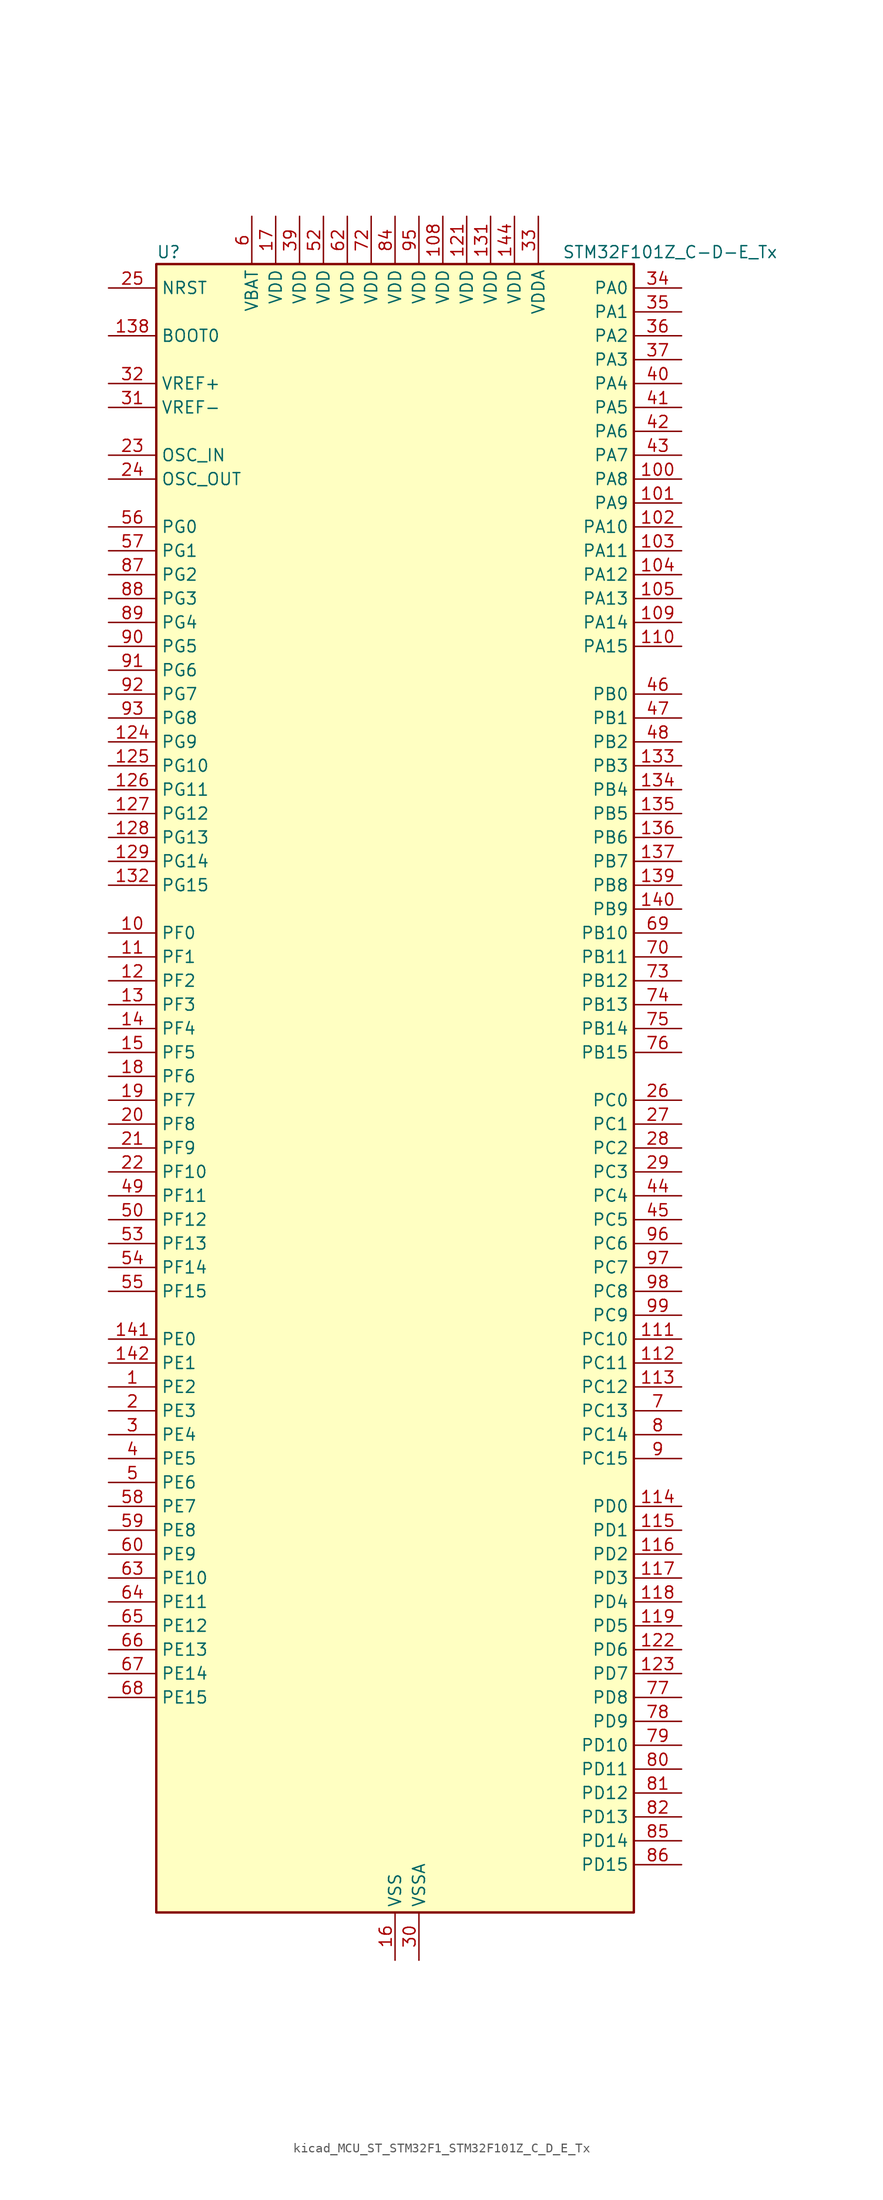
<source format=kicad_sym>
(kicad_symbol_lib
  (version 20220914)
  (generator kicad_symbol_editor)
  (symbol "kicad_MCU_ST_STM32F1_STM32F101Z_C_D_E_Tx"
    (property "Reference" "U"
      (at -25.4 90.17 0)
      (effects (font (size 1.27 1.27)) (justify left)))
    (property "Value" "STM32F101Z_C-D-E_Tx"
      (at 17.78 90.17 0)
      (effects (font (size 1.27 1.27)) (justify left)))
    (property "ki_locked" ""
      (at 0 0 0)
      (effects (font (size 1.27 1.27))))
    (symbol "kicad_MCU_ST_STM32F1_STM32F101Z_C_D_E_Tx_0_1"
      (rectangle (start -25.4 -86.36) (end 25.4 88.9) (stroke (width 0.254) (type default)) (fill (type background))))
    (symbol "kicad_MCU_ST_STM32F1_STM32F101Z_C_D_E_Tx_1_1"
      (pin bidirectional line (at -30.48 -30.48 0) (length 5.08) (name "PE2" (effects (font (size 1.27 1.27)))) (number "1" (effects (font (size 1.27 1.27)))) (alternate "FSMC_A23" bidirectional line) (alternate "SYS_TRACECLK" bidirectional line))
      (pin bidirectional line (at -30.48 17.78 0) (length 5.08) (name "PF0" (effects (font (size 1.27 1.27)))) (number "10" (effects (font (size 1.27 1.27)))) (alternate "FSMC_A0" bidirectional line))
      (pin bidirectional line (at 30.48 66.04 180) (length 5.08) (name "PA8" (effects (font (size 1.27 1.27)))) (number "100" (effects (font (size 1.27 1.27)))) (alternate "RCC_MCO" bidirectional line) (alternate "USART1_CK" bidirectional line))
      (pin bidirectional line (at 30.48 63.5 180) (length 5.08) (name "PA9" (effects (font (size 1.27 1.27)))) (number "101" (effects (font (size 1.27 1.27)))) (alternate "DAC_EXTI9" bidirectional line) (alternate "USART1_TX" bidirectional line))
      (pin bidirectional line (at 30.48 60.96 180) (length 5.08) (name "PA10" (effects (font (size 1.27 1.27)))) (number "102" (effects (font (size 1.27 1.27)))) (alternate "USART1_RX" bidirectional line))
      (pin bidirectional line (at 30.48 58.42 180) (length 5.08) (name "PA11" (effects (font (size 1.27 1.27)))) (number "103" (effects (font (size 1.27 1.27)))) (alternate "ADC1_EXTI11" bidirectional line) (alternate "USART1_CTS" bidirectional line))
      (pin bidirectional line (at 30.48 55.88 180) (length 5.08) (name "PA12" (effects (font (size 1.27 1.27)))) (number "104" (effects (font (size 1.27 1.27)))) (alternate "USART1_RTS" bidirectional line))
      (pin bidirectional line (at 30.48 53.34 180) (length 5.08) (name "PA13" (effects (font (size 1.27 1.27)))) (number "105" (effects (font (size 1.27 1.27)))) (alternate "SYS_JTMS-SWDIO" bidirectional line))
      (pin no_connect line (at -25.4 -86.36 0) (length 5.08) hide (name "NC" (effects (font (size 1.27 1.27)))) (number "106" (effects (font (size 1.27 1.27)))))
      (pin passive line (at 0 -91.44 90) (length 5.08) hide (name "VSS" (effects (font (size 1.27 1.27)))) (number "107" (effects (font (size 1.27 1.27)))))
      (pin power_in line (at 5.08 93.98 270) (length 5.08) (name "VDD" (effects (font (size 1.27 1.27)))) (number "108" (effects (font (size 1.27 1.27)))))
      (pin bidirectional line (at 30.48 50.8 180) (length 5.08) (name "PA14" (effects (font (size 1.27 1.27)))) (number "109" (effects (font (size 1.27 1.27)))) (alternate "SYS_JTCK-SWCLK" bidirectional line))
      (pin bidirectional line (at -30.48 15.24 0) (length 5.08) (name "PF1" (effects (font (size 1.27 1.27)))) (number "11" (effects (font (size 1.27 1.27)))) (alternate "FSMC_A1" bidirectional line))
      (pin bidirectional line (at 30.48 48.26 180) (length 5.08) (name "PA15" (effects (font (size 1.27 1.27)))) (number "110" (effects (font (size 1.27 1.27)))) (alternate "ADC1_EXTI15" bidirectional line) (alternate "SPI1_NSS" bidirectional line) (alternate "SPI3_NSS" bidirectional line) (alternate "SYS_JTDI" bidirectional line) (alternate "TIM2_CH1" bidirectional line) (alternate "TIM2_ETR" bidirectional line))
      (pin bidirectional line (at 30.48 -25.4 180) (length 5.08) (name "PC10" (effects (font (size 1.27 1.27)))) (number "111" (effects (font (size 1.27 1.27)))) (alternate "UART4_TX" bidirectional line) (alternate "USART3_TX" bidirectional line))
      (pin bidirectional line (at 30.48 -27.94 180) (length 5.08) (name "PC11" (effects (font (size 1.27 1.27)))) (number "112" (effects (font (size 1.27 1.27)))) (alternate "ADC1_EXTI11" bidirectional line) (alternate "UART4_RX" bidirectional line) (alternate "USART3_RX" bidirectional line))
      (pin bidirectional line (at 30.48 -30.48 180) (length 5.08) (name "PC12" (effects (font (size 1.27 1.27)))) (number "113" (effects (font (size 1.27 1.27)))) (alternate "UART5_TX" bidirectional line) (alternate "USART3_CK" bidirectional line))
      (pin bidirectional line (at 30.48 -43.18 180) (length 5.08) (name "PD0" (effects (font (size 1.27 1.27)))) (number "114" (effects (font (size 1.27 1.27)))) (alternate "FSMC_D2" bidirectional line) (alternate "FSMC_DA2" bidirectional line))
      (pin bidirectional line (at 30.48 -45.72 180) (length 5.08) (name "PD1" (effects (font (size 1.27 1.27)))) (number "115" (effects (font (size 1.27 1.27)))) (alternate "FSMC_D3" bidirectional line) (alternate "FSMC_DA3" bidirectional line))
      (pin bidirectional line (at 30.48 -48.26 180) (length 5.08) (name "PD2" (effects (font (size 1.27 1.27)))) (number "116" (effects (font (size 1.27 1.27)))) (alternate "TIM3_ETR" bidirectional line) (alternate "UART5_RX" bidirectional line))
      (pin bidirectional line (at 30.48 -50.8 180) (length 5.08) (name "PD3" (effects (font (size 1.27 1.27)))) (number "117" (effects (font (size 1.27 1.27)))) (alternate "FSMC_CLK" bidirectional line) (alternate "USART2_CTS" bidirectional line))
      (pin bidirectional line (at 30.48 -53.34 180) (length 5.08) (name "PD4" (effects (font (size 1.27 1.27)))) (number "118" (effects (font (size 1.27 1.27)))) (alternate "FSMC_NOE" bidirectional line) (alternate "USART2_RTS" bidirectional line))
      (pin bidirectional line (at 30.48 -55.88 180) (length 5.08) (name "PD5" (effects (font (size 1.27 1.27)))) (number "119" (effects (font (size 1.27 1.27)))) (alternate "FSMC_NWE" bidirectional line) (alternate "USART2_TX" bidirectional line))
      (pin bidirectional line (at -30.48 12.7 0) (length 5.08) (name "PF2" (effects (font (size 1.27 1.27)))) (number "12" (effects (font (size 1.27 1.27)))) (alternate "FSMC_A2" bidirectional line))
      (pin passive line (at 0 -91.44 90) (length 5.08) hide (name "VSS" (effects (font (size 1.27 1.27)))) (number "120" (effects (font (size 1.27 1.27)))))
      (pin power_in line (at 7.62 93.98 270) (length 5.08) (name "VDD" (effects (font (size 1.27 1.27)))) (number "121" (effects (font (size 1.27 1.27)))))
      (pin bidirectional line (at 30.48 -58.42 180) (length 5.08) (name "PD6" (effects (font (size 1.27 1.27)))) (number "122" (effects (font (size 1.27 1.27)))) (alternate "FSMC_NWAIT" bidirectional line) (alternate "USART2_RX" bidirectional line))
      (pin bidirectional line (at 30.48 -60.96 180) (length 5.08) (name "PD7" (effects (font (size 1.27 1.27)))) (number "123" (effects (font (size 1.27 1.27)))) (alternate "FSMC_NCE2" bidirectional line) (alternate "FSMC_NE1" bidirectional line) (alternate "USART2_CK" bidirectional line))
      (pin bidirectional line (at -30.48 38.1 0) (length 5.08) (name "PG9" (effects (font (size 1.27 1.27)))) (number "124" (effects (font (size 1.27 1.27)))) (alternate "DAC_EXTI9" bidirectional line) (alternate "FSMC_NCE3" bidirectional line) (alternate "FSMC_NE2" bidirectional line))
      (pin bidirectional line (at -30.48 35.56 0) (length 5.08) (name "PG10" (effects (font (size 1.27 1.27)))) (number "125" (effects (font (size 1.27 1.27)))) (alternate "FSMC_NCE4_1" bidirectional line) (alternate "FSMC_NE3" bidirectional line))
      (pin bidirectional line (at -30.48 33.02 0) (length 5.08) (name "PG11" (effects (font (size 1.27 1.27)))) (number "126" (effects (font (size 1.27 1.27)))) (alternate "ADC1_EXTI11" bidirectional line) (alternate "FSMC_NCE4_2" bidirectional line))
      (pin bidirectional line (at -30.48 30.48 0) (length 5.08) (name "PG12" (effects (font (size 1.27 1.27)))) (number "127" (effects (font (size 1.27 1.27)))) (alternate "FSMC_NE4" bidirectional line))
      (pin bidirectional line (at -30.48 27.94 0) (length 5.08) (name "PG13" (effects (font (size 1.27 1.27)))) (number "128" (effects (font (size 1.27 1.27)))) (alternate "FSMC_A24" bidirectional line))
      (pin bidirectional line (at -30.48 25.4 0) (length 5.08) (name "PG14" (effects (font (size 1.27 1.27)))) (number "129" (effects (font (size 1.27 1.27)))) (alternate "FSMC_A25" bidirectional line))
      (pin bidirectional line (at -30.48 10.16 0) (length 5.08) (name "PF3" (effects (font (size 1.27 1.27)))) (number "13" (effects (font (size 1.27 1.27)))) (alternate "FSMC_A3" bidirectional line))
      (pin passive line (at 0 -91.44 90) (length 5.08) hide (name "VSS" (effects (font (size 1.27 1.27)))) (number "130" (effects (font (size 1.27 1.27)))))
      (pin power_in line (at 10.16 93.98 270) (length 5.08) (name "VDD" (effects (font (size 1.27 1.27)))) (number "131" (effects (font (size 1.27 1.27)))))
      (pin bidirectional line (at -30.48 22.86 0) (length 5.08) (name "PG15" (effects (font (size 1.27 1.27)))) (number "132" (effects (font (size 1.27 1.27)))) (alternate "ADC1_EXTI15" bidirectional line))
      (pin bidirectional line (at 30.48 35.56 180) (length 5.08) (name "PB3" (effects (font (size 1.27 1.27)))) (number "133" (effects (font (size 1.27 1.27)))) (alternate "SPI1_SCK" bidirectional line) (alternate "SPI3_SCK" bidirectional line) (alternate "SYS_JTDO-TRACESWO" bidirectional line) (alternate "TIM2_CH2" bidirectional line))
      (pin bidirectional line (at 30.48 33.02 180) (length 5.08) (name "PB4" (effects (font (size 1.27 1.27)))) (number "134" (effects (font (size 1.27 1.27)))) (alternate "SPI1_MISO" bidirectional line) (alternate "SPI3_MISO" bidirectional line) (alternate "SYS_NJTRST" bidirectional line) (alternate "TIM3_CH1" bidirectional line))
      (pin bidirectional line (at 30.48 30.48 180) (length 5.08) (name "PB5" (effects (font (size 1.27 1.27)))) (number "135" (effects (font (size 1.27 1.27)))) (alternate "I2C1_SMBA" bidirectional line) (alternate "SPI1_MOSI" bidirectional line) (alternate "SPI3_MOSI" bidirectional line) (alternate "TIM3_CH2" bidirectional line))
      (pin bidirectional line (at 30.48 27.94 180) (length 5.08) (name "PB6" (effects (font (size 1.27 1.27)))) (number "136" (effects (font (size 1.27 1.27)))) (alternate "I2C1_SCL" bidirectional line) (alternate "TIM4_CH1" bidirectional line) (alternate "USART1_TX" bidirectional line))
      (pin bidirectional line (at 30.48 25.4 180) (length 5.08) (name "PB7" (effects (font (size 1.27 1.27)))) (number "137" (effects (font (size 1.27 1.27)))) (alternate "FSMC_NL" bidirectional line) (alternate "I2C1_SDA" bidirectional line) (alternate "TIM4_CH2" bidirectional line) (alternate "USART1_RX" bidirectional line))
      (pin input line (at -30.48 81.28 0) (length 5.08) (name "BOOT0" (effects (font (size 1.27 1.27)))) (number "138" (effects (font (size 1.27 1.27)))))
      (pin bidirectional line (at 30.48 22.86 180) (length 5.08) (name "PB8" (effects (font (size 1.27 1.27)))) (number "139" (effects (font (size 1.27 1.27)))) (alternate "I2C1_SCL" bidirectional line) (alternate "TIM4_CH3" bidirectional line))
      (pin bidirectional line (at -30.48 7.62 0) (length 5.08) (name "PF4" (effects (font (size 1.27 1.27)))) (number "14" (effects (font (size 1.27 1.27)))) (alternate "FSMC_A4" bidirectional line))
      (pin bidirectional line (at 30.48 20.32 180) (length 5.08) (name "PB9" (effects (font (size 1.27 1.27)))) (number "140" (effects (font (size 1.27 1.27)))) (alternate "DAC_EXTI9" bidirectional line) (alternate "I2C1_SDA" bidirectional line) (alternate "TIM4_CH4" bidirectional line))
      (pin bidirectional line (at -30.48 -25.4 0) (length 5.08) (name "PE0" (effects (font (size 1.27 1.27)))) (number "141" (effects (font (size 1.27 1.27)))) (alternate "FSMC_NBL0" bidirectional line) (alternate "TIM4_ETR" bidirectional line))
      (pin bidirectional line (at -30.48 -27.94 0) (length 5.08) (name "PE1" (effects (font (size 1.27 1.27)))) (number "142" (effects (font (size 1.27 1.27)))) (alternate "FSMC_NBL1" bidirectional line))
      (pin passive line (at 0 -91.44 90) (length 5.08) hide (name "VSS" (effects (font (size 1.27 1.27)))) (number "143" (effects (font (size 1.27 1.27)))))
      (pin power_in line (at 12.7 93.98 270) (length 5.08) (name "VDD" (effects (font (size 1.27 1.27)))) (number "144" (effects (font (size 1.27 1.27)))))
      (pin bidirectional line (at -30.48 5.08 0) (length 5.08) (name "PF5" (effects (font (size 1.27 1.27)))) (number "15" (effects (font (size 1.27 1.27)))) (alternate "FSMC_A5" bidirectional line))
      (pin power_in line (at 0 -91.44 90) (length 5.08) (name "VSS" (effects (font (size 1.27 1.27)))) (number "16" (effects (font (size 1.27 1.27)))))
      (pin power_in line (at -12.7 93.98 270) (length 5.08) (name "VDD" (effects (font (size 1.27 1.27)))) (number "17" (effects (font (size 1.27 1.27)))))
      (pin bidirectional line (at -30.48 2.54 0) (length 5.08) (name "PF6" (effects (font (size 1.27 1.27)))) (number "18" (effects (font (size 1.27 1.27)))) (alternate "FSMC_NIORD" bidirectional line))
      (pin bidirectional line (at -30.48 0 0) (length 5.08) (name "PF7" (effects (font (size 1.27 1.27)))) (number "19" (effects (font (size 1.27 1.27)))) (alternate "FSMC_NREG" bidirectional line))
      (pin bidirectional line (at -30.48 -33.02 0) (length 5.08) (name "PE3" (effects (font (size 1.27 1.27)))) (number "2" (effects (font (size 1.27 1.27)))) (alternate "FSMC_A19" bidirectional line) (alternate "SYS_TRACED0" bidirectional line))
      (pin bidirectional line (at -30.48 -2.54 0) (length 5.08) (name "PF8" (effects (font (size 1.27 1.27)))) (number "20" (effects (font (size 1.27 1.27)))) (alternate "FSMC_NIOWR" bidirectional line))
      (pin bidirectional line (at -30.48 -5.08 0) (length 5.08) (name "PF9" (effects (font (size 1.27 1.27)))) (number "21" (effects (font (size 1.27 1.27)))) (alternate "DAC_EXTI9" bidirectional line) (alternate "FSMC_CD" bidirectional line))
      (pin bidirectional line (at -30.48 -7.62 0) (length 5.08) (name "PF10" (effects (font (size 1.27 1.27)))) (number "22" (effects (font (size 1.27 1.27)))) (alternate "FSMC_INTR" bidirectional line))
      (pin input line (at -30.48 68.58 0) (length 5.08) (name "OSC_IN" (effects (font (size 1.27 1.27)))) (number "23" (effects (font (size 1.27 1.27)))) (alternate "RCC_OSC_IN" bidirectional line))
      (pin input line (at -30.48 66.04 0) (length 5.08) (name "OSC_OUT" (effects (font (size 1.27 1.27)))) (number "24" (effects (font (size 1.27 1.27)))) (alternate "RCC_OSC_OUT" bidirectional line))
      (pin input line (at -30.48 86.36 0) (length 5.08) (name "NRST" (effects (font (size 1.27 1.27)))) (number "25" (effects (font (size 1.27 1.27)))))
      (pin bidirectional line (at 30.48 0 180) (length 5.08) (name "PC0" (effects (font (size 1.27 1.27)))) (number "26" (effects (font (size 1.27 1.27)))) (alternate "ADC1_IN10" bidirectional line))
      (pin bidirectional line (at 30.48 -2.54 180) (length 5.08) (name "PC1" (effects (font (size 1.27 1.27)))) (number "27" (effects (font (size 1.27 1.27)))) (alternate "ADC1_IN11" bidirectional line))
      (pin bidirectional line (at 30.48 -5.08 180) (length 5.08) (name "PC2" (effects (font (size 1.27 1.27)))) (number "28" (effects (font (size 1.27 1.27)))) (alternate "ADC1_IN12" bidirectional line))
      (pin bidirectional line (at 30.48 -7.62 180) (length 5.08) (name "PC3" (effects (font (size 1.27 1.27)))) (number "29" (effects (font (size 1.27 1.27)))) (alternate "ADC1_IN13" bidirectional line))
      (pin bidirectional line (at -30.48 -35.56 0) (length 5.08) (name "PE4" (effects (font (size 1.27 1.27)))) (number "3" (effects (font (size 1.27 1.27)))) (alternate "FSMC_A20" bidirectional line) (alternate "SYS_TRACED1" bidirectional line))
      (pin power_in line (at 2.54 -91.44 90) (length 5.08) (name "VSSA" (effects (font (size 1.27 1.27)))) (number "30" (effects (font (size 1.27 1.27)))))
      (pin input line (at -30.48 73.66 0) (length 5.08) (name "VREF-" (effects (font (size 1.27 1.27)))) (number "31" (effects (font (size 1.27 1.27)))))
      (pin input line (at -30.48 76.2 0) (length 5.08) (name "VREF+" (effects (font (size 1.27 1.27)))) (number "32" (effects (font (size 1.27 1.27)))))
      (pin power_in line (at 15.24 93.98 270) (length 5.08) (name "VDDA" (effects (font (size 1.27 1.27)))) (number "33" (effects (font (size 1.27 1.27)))))
      (pin bidirectional line (at 30.48 86.36 180) (length 5.08) (name "PA0" (effects (font (size 1.27 1.27)))) (number "34" (effects (font (size 1.27 1.27)))) (alternate "ADC1_IN0" bidirectional line) (alternate "SYS_WKUP" bidirectional line) (alternate "TIM2_CH1" bidirectional line) (alternate "TIM2_ETR" bidirectional line) (alternate "TIM5_CH1" bidirectional line) (alternate "USART2_CTS" bidirectional line))
      (pin bidirectional line (at 30.48 83.82 180) (length 5.08) (name "PA1" (effects (font (size 1.27 1.27)))) (number "35" (effects (font (size 1.27 1.27)))) (alternate "ADC1_IN1" bidirectional line) (alternate "TIM2_CH2" bidirectional line) (alternate "TIM5_CH2" bidirectional line) (alternate "USART2_RTS" bidirectional line))
      (pin bidirectional line (at 30.48 81.28 180) (length 5.08) (name "PA2" (effects (font (size 1.27 1.27)))) (number "36" (effects (font (size 1.27 1.27)))) (alternate "ADC1_IN2" bidirectional line) (alternate "TIM2_CH3" bidirectional line) (alternate "TIM5_CH3" bidirectional line) (alternate "USART2_TX" bidirectional line))
      (pin bidirectional line (at 30.48 78.74 180) (length 5.08) (name "PA3" (effects (font (size 1.27 1.27)))) (number "37" (effects (font (size 1.27 1.27)))) (alternate "ADC1_IN3" bidirectional line) (alternate "TIM2_CH4" bidirectional line) (alternate "TIM5_CH4" bidirectional line) (alternate "USART2_RX" bidirectional line))
      (pin passive line (at 0 -91.44 90) (length 5.08) hide (name "VSS" (effects (font (size 1.27 1.27)))) (number "38" (effects (font (size 1.27 1.27)))))
      (pin power_in line (at -10.16 93.98 270) (length 5.08) (name "VDD" (effects (font (size 1.27 1.27)))) (number "39" (effects (font (size 1.27 1.27)))))
      (pin bidirectional line (at -30.48 -38.1 0) (length 5.08) (name "PE5" (effects (font (size 1.27 1.27)))) (number "4" (effects (font (size 1.27 1.27)))) (alternate "FSMC_A21" bidirectional line) (alternate "SYS_TRACED2" bidirectional line))
      (pin bidirectional line (at 30.48 76.2 180) (length 5.08) (name "PA4" (effects (font (size 1.27 1.27)))) (number "40" (effects (font (size 1.27 1.27)))) (alternate "ADC1_IN4" bidirectional line) (alternate "DAC_OUT1" bidirectional line) (alternate "SPI1_NSS" bidirectional line) (alternate "USART2_CK" bidirectional line))
      (pin bidirectional line (at 30.48 73.66 180) (length 5.08) (name "PA5" (effects (font (size 1.27 1.27)))) (number "41" (effects (font (size 1.27 1.27)))) (alternate "ADC1_IN5" bidirectional line) (alternate "DAC_OUT2" bidirectional line) (alternate "SPI1_SCK" bidirectional line))
      (pin bidirectional line (at 30.48 71.12 180) (length 5.08) (name "PA6" (effects (font (size 1.27 1.27)))) (number "42" (effects (font (size 1.27 1.27)))) (alternate "ADC1_IN6" bidirectional line) (alternate "SPI1_MISO" bidirectional line) (alternate "TIM3_CH1" bidirectional line))
      (pin bidirectional line (at 30.48 68.58 180) (length 5.08) (name "PA7" (effects (font (size 1.27 1.27)))) (number "43" (effects (font (size 1.27 1.27)))) (alternate "ADC1_IN7" bidirectional line) (alternate "SPI1_MOSI" bidirectional line) (alternate "TIM3_CH2" bidirectional line))
      (pin bidirectional line (at 30.48 -10.16 180) (length 5.08) (name "PC4" (effects (font (size 1.27 1.27)))) (number "44" (effects (font (size 1.27 1.27)))) (alternate "ADC1_IN14" bidirectional line))
      (pin bidirectional line (at 30.48 -12.7 180) (length 5.08) (name "PC5" (effects (font (size 1.27 1.27)))) (number "45" (effects (font (size 1.27 1.27)))) (alternate "ADC1_IN15" bidirectional line))
      (pin bidirectional line (at 30.48 43.18 180) (length 5.08) (name "PB0" (effects (font (size 1.27 1.27)))) (number "46" (effects (font (size 1.27 1.27)))) (alternate "ADC1_IN8" bidirectional line) (alternate "TIM3_CH3" bidirectional line))
      (pin bidirectional line (at 30.48 40.64 180) (length 5.08) (name "PB1" (effects (font (size 1.27 1.27)))) (number "47" (effects (font (size 1.27 1.27)))) (alternate "ADC1_IN9" bidirectional line) (alternate "TIM3_CH4" bidirectional line))
      (pin bidirectional line (at 30.48 38.1 180) (length 5.08) (name "PB2" (effects (font (size 1.27 1.27)))) (number "48" (effects (font (size 1.27 1.27)))))
      (pin bidirectional line (at -30.48 -10.16 0) (length 5.08) (name "PF11" (effects (font (size 1.27 1.27)))) (number "49" (effects (font (size 1.27 1.27)))) (alternate "ADC1_EXTI11" bidirectional line) (alternate "FSMC_NIOS16" bidirectional line))
      (pin bidirectional line (at -30.48 -40.64 0) (length 5.08) (name "PE6" (effects (font (size 1.27 1.27)))) (number "5" (effects (font (size 1.27 1.27)))) (alternate "FSMC_A22" bidirectional line) (alternate "SYS_TRACED3" bidirectional line))
      (pin bidirectional line (at -30.48 -12.7 0) (length 5.08) (name "PF12" (effects (font (size 1.27 1.27)))) (number "50" (effects (font (size 1.27 1.27)))) (alternate "FSMC_A6" bidirectional line))
      (pin passive line (at 0 -91.44 90) (length 5.08) hide (name "VSS" (effects (font (size 1.27 1.27)))) (number "51" (effects (font (size 1.27 1.27)))))
      (pin power_in line (at -7.62 93.98 270) (length 5.08) (name "VDD" (effects (font (size 1.27 1.27)))) (number "52" (effects (font (size 1.27 1.27)))))
      (pin bidirectional line (at -30.48 -15.24 0) (length 5.08) (name "PF13" (effects (font (size 1.27 1.27)))) (number "53" (effects (font (size 1.27 1.27)))) (alternate "FSMC_A7" bidirectional line))
      (pin bidirectional line (at -30.48 -17.78 0) (length 5.08) (name "PF14" (effects (font (size 1.27 1.27)))) (number "54" (effects (font (size 1.27 1.27)))) (alternate "FSMC_A8" bidirectional line))
      (pin bidirectional line (at -30.48 -20.32 0) (length 5.08) (name "PF15" (effects (font (size 1.27 1.27)))) (number "55" (effects (font (size 1.27 1.27)))) (alternate "ADC1_EXTI15" bidirectional line) (alternate "FSMC_A9" bidirectional line))
      (pin bidirectional line (at -30.48 60.96 0) (length 5.08) (name "PG0" (effects (font (size 1.27 1.27)))) (number "56" (effects (font (size 1.27 1.27)))) (alternate "FSMC_A10" bidirectional line))
      (pin bidirectional line (at -30.48 58.42 0) (length 5.08) (name "PG1" (effects (font (size 1.27 1.27)))) (number "57" (effects (font (size 1.27 1.27)))) (alternate "FSMC_A11" bidirectional line))
      (pin bidirectional line (at -30.48 -43.18 0) (length 5.08) (name "PE7" (effects (font (size 1.27 1.27)))) (number "58" (effects (font (size 1.27 1.27)))) (alternate "FSMC_D4" bidirectional line) (alternate "FSMC_DA4" bidirectional line))
      (pin bidirectional line (at -30.48 -45.72 0) (length 5.08) (name "PE8" (effects (font (size 1.27 1.27)))) (number "59" (effects (font (size 1.27 1.27)))) (alternate "FSMC_D5" bidirectional line) (alternate "FSMC_DA5" bidirectional line))
      (pin power_in line (at -15.24 93.98 270) (length 5.08) (name "VBAT" (effects (font (size 1.27 1.27)))) (number "6" (effects (font (size 1.27 1.27)))))
      (pin bidirectional line (at -30.48 -48.26 0) (length 5.08) (name "PE9" (effects (font (size 1.27 1.27)))) (number "60" (effects (font (size 1.27 1.27)))) (alternate "DAC_EXTI9" bidirectional line) (alternate "FSMC_D6" bidirectional line) (alternate "FSMC_DA6" bidirectional line))
      (pin passive line (at 0 -91.44 90) (length 5.08) hide (name "VSS" (effects (font (size 1.27 1.27)))) (number "61" (effects (font (size 1.27 1.27)))))
      (pin power_in line (at -5.08 93.98 270) (length 5.08) (name "VDD" (effects (font (size 1.27 1.27)))) (number "62" (effects (font (size 1.27 1.27)))))
      (pin bidirectional line (at -30.48 -50.8 0) (length 5.08) (name "PE10" (effects (font (size 1.27 1.27)))) (number "63" (effects (font (size 1.27 1.27)))) (alternate "FSMC_D7" bidirectional line) (alternate "FSMC_DA7" bidirectional line))
      (pin bidirectional line (at -30.48 -53.34 0) (length 5.08) (name "PE11" (effects (font (size 1.27 1.27)))) (number "64" (effects (font (size 1.27 1.27)))) (alternate "ADC1_EXTI11" bidirectional line) (alternate "FSMC_D8" bidirectional line) (alternate "FSMC_DA8" bidirectional line))
      (pin bidirectional line (at -30.48 -55.88 0) (length 5.08) (name "PE12" (effects (font (size 1.27 1.27)))) (number "65" (effects (font (size 1.27 1.27)))) (alternate "FSMC_D9" bidirectional line) (alternate "FSMC_DA9" bidirectional line))
      (pin bidirectional line (at -30.48 -58.42 0) (length 5.08) (name "PE13" (effects (font (size 1.27 1.27)))) (number "66" (effects (font (size 1.27 1.27)))) (alternate "FSMC_D10" bidirectional line) (alternate "FSMC_DA10" bidirectional line))
      (pin bidirectional line (at -30.48 -60.96 0) (length 5.08) (name "PE14" (effects (font (size 1.27 1.27)))) (number "67" (effects (font (size 1.27 1.27)))) (alternate "FSMC_D11" bidirectional line) (alternate "FSMC_DA11" bidirectional line))
      (pin bidirectional line (at -30.48 -63.5 0) (length 5.08) (name "PE15" (effects (font (size 1.27 1.27)))) (number "68" (effects (font (size 1.27 1.27)))) (alternate "ADC1_EXTI15" bidirectional line) (alternate "FSMC_D12" bidirectional line) (alternate "FSMC_DA12" bidirectional line))
      (pin bidirectional line (at 30.48 17.78 180) (length 5.08) (name "PB10" (effects (font (size 1.27 1.27)))) (number "69" (effects (font (size 1.27 1.27)))) (alternate "I2C2_SCL" bidirectional line) (alternate "TIM2_CH3" bidirectional line) (alternate "USART3_TX" bidirectional line))
      (pin bidirectional line (at 30.48 -33.02 180) (length 5.08) (name "PC13" (effects (font (size 1.27 1.27)))) (number "7" (effects (font (size 1.27 1.27)))) (alternate "RTC_OUT" bidirectional line) (alternate "RTC_TAMPER" bidirectional line))
      (pin bidirectional line (at 30.48 15.24 180) (length 5.08) (name "PB11" (effects (font (size 1.27 1.27)))) (number "70" (effects (font (size 1.27 1.27)))) (alternate "ADC1_EXTI11" bidirectional line) (alternate "I2C2_SDA" bidirectional line) (alternate "TIM2_CH4" bidirectional line) (alternate "USART3_RX" bidirectional line))
      (pin passive line (at 0 -91.44 90) (length 5.08) hide (name "VSS" (effects (font (size 1.27 1.27)))) (number "71" (effects (font (size 1.27 1.27)))))
      (pin power_in line (at -2.54 93.98 270) (length 5.08) (name "VDD" (effects (font (size 1.27 1.27)))) (number "72" (effects (font (size 1.27 1.27)))))
      (pin bidirectional line (at 30.48 12.7 180) (length 5.08) (name "PB12" (effects (font (size 1.27 1.27)))) (number "73" (effects (font (size 1.27 1.27)))) (alternate "I2C2_SMBA" bidirectional line) (alternate "SPI2_NSS" bidirectional line) (alternate "USART3_CK" bidirectional line))
      (pin bidirectional line (at 30.48 10.16 180) (length 5.08) (name "PB13" (effects (font (size 1.27 1.27)))) (number "74" (effects (font (size 1.27 1.27)))) (alternate "SPI2_SCK" bidirectional line) (alternate "USART3_CTS" bidirectional line))
      (pin bidirectional line (at 30.48 7.62 180) (length 5.08) (name "PB14" (effects (font (size 1.27 1.27)))) (number "75" (effects (font (size 1.27 1.27)))) (alternate "SPI2_MISO" bidirectional line) (alternate "USART3_RTS" bidirectional line))
      (pin bidirectional line (at 30.48 5.08 180) (length 5.08) (name "PB15" (effects (font (size 1.27 1.27)))) (number "76" (effects (font (size 1.27 1.27)))) (alternate "ADC1_EXTI15" bidirectional line) (alternate "SPI2_MOSI" bidirectional line))
      (pin bidirectional line (at 30.48 -63.5 180) (length 5.08) (name "PD8" (effects (font (size 1.27 1.27)))) (number "77" (effects (font (size 1.27 1.27)))) (alternate "FSMC_D13" bidirectional line) (alternate "FSMC_DA13" bidirectional line) (alternate "USART3_TX" bidirectional line))
      (pin bidirectional line (at 30.48 -66.04 180) (length 5.08) (name "PD9" (effects (font (size 1.27 1.27)))) (number "78" (effects (font (size 1.27 1.27)))) (alternate "DAC_EXTI9" bidirectional line) (alternate "FSMC_D14" bidirectional line) (alternate "FSMC_DA14" bidirectional line) (alternate "USART3_RX" bidirectional line))
      (pin bidirectional line (at 30.48 -68.58 180) (length 5.08) (name "PD10" (effects (font (size 1.27 1.27)))) (number "79" (effects (font (size 1.27 1.27)))) (alternate "FSMC_D15" bidirectional line) (alternate "FSMC_DA15" bidirectional line) (alternate "USART3_CK" bidirectional line))
      (pin bidirectional line (at 30.48 -35.56 180) (length 5.08) (name "PC14" (effects (font (size 1.27 1.27)))) (number "8" (effects (font (size 1.27 1.27)))) (alternate "RCC_OSC32_IN" bidirectional line))
      (pin bidirectional line (at 30.48 -71.12 180) (length 5.08) (name "PD11" (effects (font (size 1.27 1.27)))) (number "80" (effects (font (size 1.27 1.27)))) (alternate "ADC1_EXTI11" bidirectional line) (alternate "FSMC_A16" bidirectional line) (alternate "FSMC_CLE" bidirectional line) (alternate "USART3_CTS" bidirectional line))
      (pin bidirectional line (at 30.48 -73.66 180) (length 5.08) (name "PD12" (effects (font (size 1.27 1.27)))) (number "81" (effects (font (size 1.27 1.27)))) (alternate "FSMC_A17" bidirectional line) (alternate "FSMC_ALE" bidirectional line) (alternate "TIM4_CH1" bidirectional line) (alternate "USART3_RTS" bidirectional line))
      (pin bidirectional line (at 30.48 -76.2 180) (length 5.08) (name "PD13" (effects (font (size 1.27 1.27)))) (number "82" (effects (font (size 1.27 1.27)))) (alternate "FSMC_A18" bidirectional line) (alternate "TIM4_CH2" bidirectional line))
      (pin passive line (at 0 -91.44 90) (length 5.08) hide (name "VSS" (effects (font (size 1.27 1.27)))) (number "83" (effects (font (size 1.27 1.27)))))
      (pin power_in line (at 0 93.98 270) (length 5.08) (name "VDD" (effects (font (size 1.27 1.27)))) (number "84" (effects (font (size 1.27 1.27)))))
      (pin bidirectional line (at 30.48 -78.74 180) (length 5.08) (name "PD14" (effects (font (size 1.27 1.27)))) (number "85" (effects (font (size 1.27 1.27)))) (alternate "FSMC_D0" bidirectional line) (alternate "FSMC_DA0" bidirectional line) (alternate "TIM4_CH3" bidirectional line))
      (pin bidirectional line (at 30.48 -81.28 180) (length 5.08) (name "PD15" (effects (font (size 1.27 1.27)))) (number "86" (effects (font (size 1.27 1.27)))) (alternate "ADC1_EXTI15" bidirectional line) (alternate "FSMC_D1" bidirectional line) (alternate "FSMC_DA1" bidirectional line) (alternate "TIM4_CH4" bidirectional line))
      (pin bidirectional line (at -30.48 55.88 0) (length 5.08) (name "PG2" (effects (font (size 1.27 1.27)))) (number "87" (effects (font (size 1.27 1.27)))) (alternate "FSMC_A12" bidirectional line))
      (pin bidirectional line (at -30.48 53.34 0) (length 5.08) (name "PG3" (effects (font (size 1.27 1.27)))) (number "88" (effects (font (size 1.27 1.27)))) (alternate "FSMC_A13" bidirectional line))
      (pin bidirectional line (at -30.48 50.8 0) (length 5.08) (name "PG4" (effects (font (size 1.27 1.27)))) (number "89" (effects (font (size 1.27 1.27)))) (alternate "FSMC_A14" bidirectional line))
      (pin bidirectional line (at 30.48 -38.1 180) (length 5.08) (name "PC15" (effects (font (size 1.27 1.27)))) (number "9" (effects (font (size 1.27 1.27)))) (alternate "ADC1_EXTI15" bidirectional line) (alternate "RCC_OSC32_OUT" bidirectional line))
      (pin bidirectional line (at -30.48 48.26 0) (length 5.08) (name "PG5" (effects (font (size 1.27 1.27)))) (number "90" (effects (font (size 1.27 1.27)))) (alternate "FSMC_A15" bidirectional line))
      (pin bidirectional line (at -30.48 45.72 0) (length 5.08) (name "PG6" (effects (font (size 1.27 1.27)))) (number "91" (effects (font (size 1.27 1.27)))) (alternate "FSMC_INT2" bidirectional line))
      (pin bidirectional line (at -30.48 43.18 0) (length 5.08) (name "PG7" (effects (font (size 1.27 1.27)))) (number "92" (effects (font (size 1.27 1.27)))) (alternate "FSMC_INT3" bidirectional line))
      (pin bidirectional line (at -30.48 40.64 0) (length 5.08) (name "PG8" (effects (font (size 1.27 1.27)))) (number "93" (effects (font (size 1.27 1.27)))))
      (pin passive line (at 0 -91.44 90) (length 5.08) hide (name "VSS" (effects (font (size 1.27 1.27)))) (number "94" (effects (font (size 1.27 1.27)))))
      (pin power_in line (at 2.54 93.98 270) (length 5.08) (name "VDD" (effects (font (size 1.27 1.27)))) (number "95" (effects (font (size 1.27 1.27)))))
      (pin bidirectional line (at 30.48 -15.24 180) (length 5.08) (name "PC6" (effects (font (size 1.27 1.27)))) (number "96" (effects (font (size 1.27 1.27)))) (alternate "TIM3_CH1" bidirectional line))
      (pin bidirectional line (at 30.48 -17.78 180) (length 5.08) (name "PC7" (effects (font (size 1.27 1.27)))) (number "97" (effects (font (size 1.27 1.27)))) (alternate "TIM3_CH2" bidirectional line))
      (pin bidirectional line (at 30.48 -20.32 180) (length 5.08) (name "PC8" (effects (font (size 1.27 1.27)))) (number "98" (effects (font (size 1.27 1.27)))) (alternate "TIM3_CH3" bidirectional line))
      (pin bidirectional line (at 30.48 -22.86 180) (length 5.08) (name "PC9" (effects (font (size 1.27 1.27)))) (number "99" (effects (font (size 1.27 1.27)))) (alternate "DAC_EXTI9" bidirectional line) (alternate "TIM3_CH4" bidirectional line)))))
</source>
